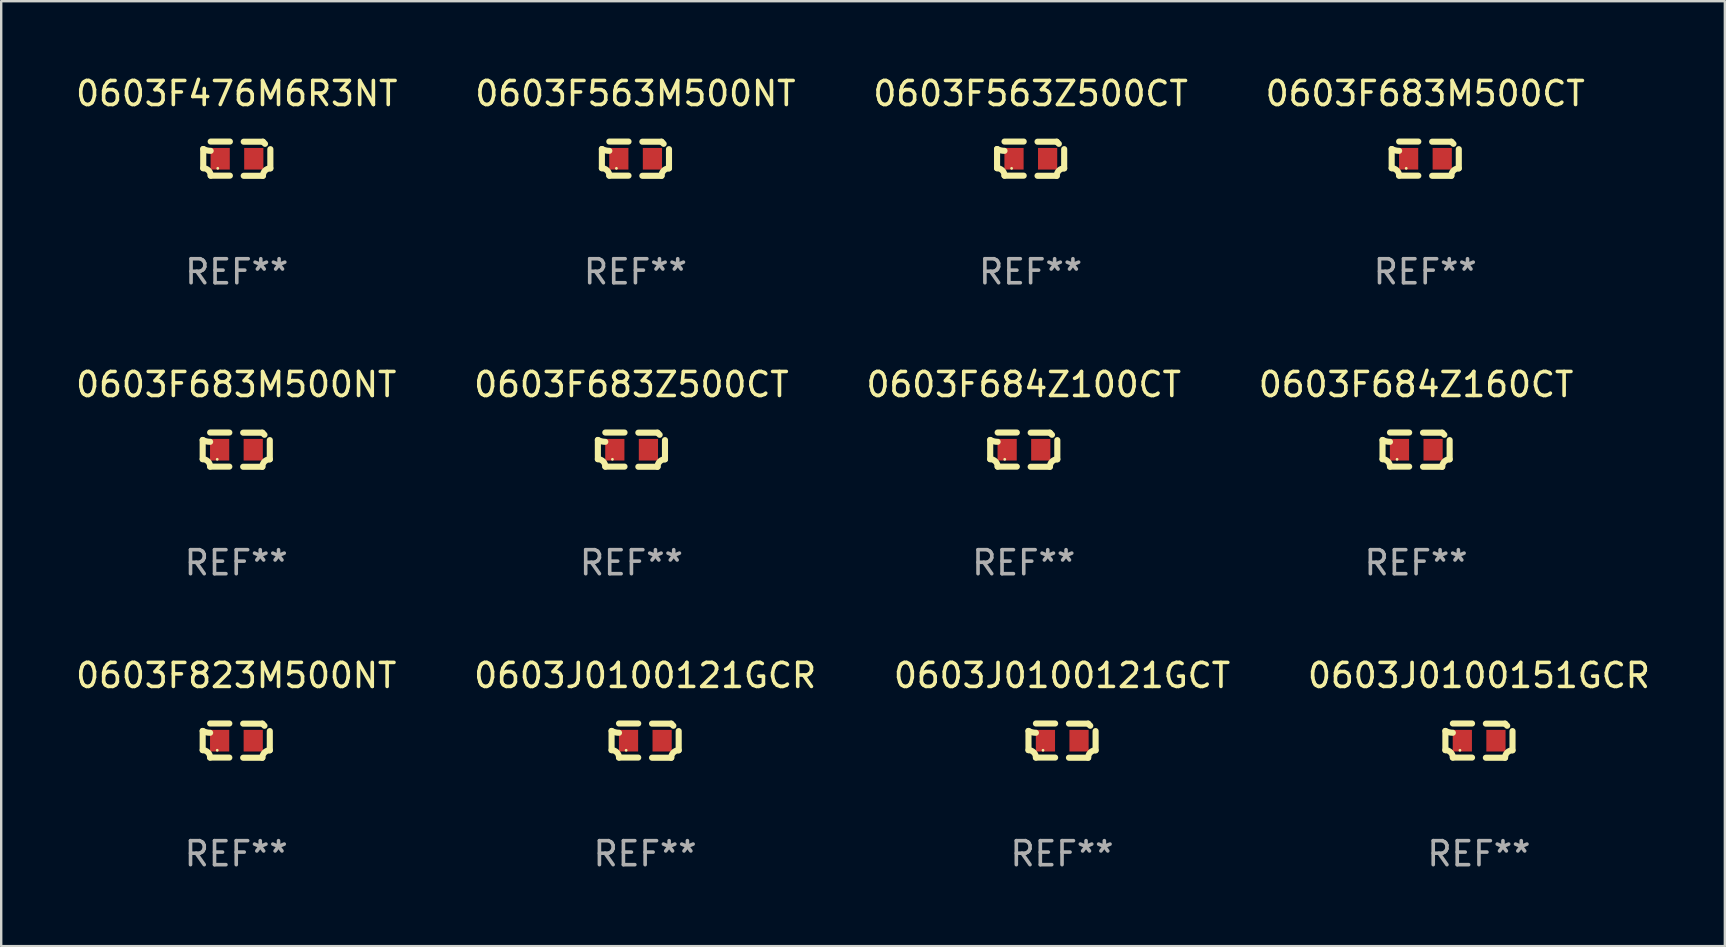
<source format=kicad_pcb>
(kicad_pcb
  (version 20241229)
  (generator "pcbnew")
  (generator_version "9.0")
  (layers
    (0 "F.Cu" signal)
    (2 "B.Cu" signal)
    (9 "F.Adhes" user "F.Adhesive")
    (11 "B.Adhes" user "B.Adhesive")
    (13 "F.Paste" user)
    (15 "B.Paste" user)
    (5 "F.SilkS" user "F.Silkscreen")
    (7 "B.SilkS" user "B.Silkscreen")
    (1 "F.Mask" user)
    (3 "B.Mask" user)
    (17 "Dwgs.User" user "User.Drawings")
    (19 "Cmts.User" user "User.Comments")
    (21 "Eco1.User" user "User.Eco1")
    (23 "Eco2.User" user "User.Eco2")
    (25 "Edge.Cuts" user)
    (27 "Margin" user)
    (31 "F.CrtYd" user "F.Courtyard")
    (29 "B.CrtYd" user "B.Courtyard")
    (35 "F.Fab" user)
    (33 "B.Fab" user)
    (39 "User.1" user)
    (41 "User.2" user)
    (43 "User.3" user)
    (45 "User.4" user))
  (footprint "0603F563Z500CT"
    (layer "F.Cu")
    (at 39.887 3.561)
    (property "Reference" "0603F563Z500CT" (at 0 -2.713 0) (layer "F.SilkS") (effects (font (size 1 1) (thickness 0.15))))
    (attr through_hole)
    (fp_line (start -1.398 -0.403) (end -1.398 0.397) (stroke (width 0.254) (type solid)) (layer "F.SilkS"))
    (fp_line (start -0.288 -0.713) (end -1.088 -0.713) (stroke (width 0.254) (type solid)) (layer "F.SilkS"))
    (fp_line (start -0.288 0.707) (end -1.088 0.707) (stroke (width 0.254) (type solid)) (layer "F.SilkS"))
    (fp_line (start 0.288 -0.707) (end 1.088 -0.707) (stroke (width 0.254) (type solid)) (layer "F.SilkS"))
    (fp_line (start 0.288 0.713) (end 1.088 0.713) (stroke (width 0.254) (type solid)) (layer "F.SilkS"))
    (fp_line (start 1.398 -0.397) (end 1.398 0.403) (stroke (width 0.254) (type solid)) (layer "F.SilkS"))
    (fp_arc (start -1.397789 0.397066) (mid -1.178701 0.487826) (end -1.08796 0.706922) (stroke (width 0.254001) (type solid)) (layer "F.SilkS"))
    (fp_arc (start -1.08796 -0.327176) (mid -1.247436 -0.346384) (end -1.39779 -0.402908) (stroke (width 0.254001) (type solid)) (layer "F.SilkS"))
    (fp_arc (start 1.087909 0.712738) (mid 1.178656 0.493655) (end 1.397739 0.402908) (stroke (width 0.254001) (type solid)) (layer "F.SilkS"))
    (fp_arc (start 1.175925 -0.618926) (mid 1.131917 -0.662923) (end 1.08791 -0.706922) (stroke (width 0.254001) (type solid)) (layer "F.SilkS"))
    (fp_circle (center -0.792 0.403) (end -0.762 0.403) (stroke (width 0.06) (type solid)) (fill no) (layer "F.SilkS"))
    (fp_text user "REF**" (at 0 4.713 0) (layer "F.Fab") (effects (font (size 1 1) (thickness 0.15))))
    (pad "1" smd rect (at -0.692 0.003) (size 0.8 0.9) (layers "F.Cu" "F.Mask" "F.Paste"))
    (pad "2" smd rect (at 0.708 0.003) (size 0.8 0.9) (layers "F.Cu" "F.Mask" "F.Paste")))
  (footprint "0603F684Z160CT"
    (layer "F.Cu")
    (at 55.946 15.683)
    (property "Reference" "0603F684Z160CT" (at 0 -2.713 0) (layer "F.SilkS") (effects (font (size 1 1) (thickness 0.15))))
    (attr through_hole)
    (fp_line (start -1.398 -0.403) (end -1.398 0.397) (stroke (width 0.254) (type solid)) (layer "F.SilkS"))
    (fp_line (start -0.288 -0.713) (end -1.088 -0.713) (stroke (width 0.254) (type solid)) (layer "F.SilkS"))
    (fp_line (start -0.288 0.707) (end -1.088 0.707) (stroke (width 0.254) (type solid)) (layer "F.SilkS"))
    (fp_line (start 0.288 -0.707) (end 1.088 -0.707) (stroke (width 0.254) (type solid)) (layer "F.SilkS"))
    (fp_line (start 0.288 0.713) (end 1.088 0.713) (stroke (width 0.254) (type solid)) (layer "F.SilkS"))
    (fp_line (start 1.398 -0.397) (end 1.398 0.403) (stroke (width 0.254) (type solid)) (layer "F.SilkS"))
    (fp_arc (start -1.397789 0.397066) (mid -1.178701 0.487826) (end -1.08796 0.706922) (stroke (width 0.254001) (type solid)) (layer "F.SilkS"))
    (fp_arc (start -1.08796 -0.327176) (mid -1.247436 -0.346384) (end -1.39779 -0.402908) (stroke (width 0.254001) (type solid)) (layer "F.SilkS"))
    (fp_arc (start 1.087909 0.712738) (mid 1.178656 0.493655) (end 1.397739 0.402908) (stroke (width 0.254001) (type solid)) (layer "F.SilkS"))
    (fp_arc (start 1.175925 -0.618926) (mid 1.131917 -0.662923) (end 1.08791 -0.706922) (stroke (width 0.254001) (type solid)) (layer "F.SilkS"))
    (fp_circle (center -0.792 0.403) (end -0.762 0.403) (stroke (width 0.06) (type solid)) (fill no) (layer "F.SilkS"))
    (fp_text user "REF**" (at 0 4.713 0) (layer "F.Fab") (effects (font (size 1 1) (thickness 0.15))))
    (pad "1" smd rect (at -0.692 0.003) (size 0.8 0.9) (layers "F.Cu" "F.Mask" "F.Paste"))
    (pad "2" smd rect (at 0.708 0.003) (size 0.8 0.9) (layers "F.Cu" "F.Mask" "F.Paste")))
  (footprint "0603F476M6R3NT"
    (layer "F.Cu")
    (at 6.815 3.561)
    (property "Reference" "0603F476M6R3NT" (at 0 -2.713 0) (layer "F.SilkS") (effects (font (size 1 1) (thickness 0.15))))
    (attr through_hole)
    (fp_line (start -1.398 -0.403) (end -1.398 0.397) (stroke (width 0.254) (type solid)) (layer "F.SilkS"))
    (fp_line (start -0.288 -0.713) (end -1.088 -0.713) (stroke (width 0.254) (type solid)) (layer "F.SilkS"))
    (fp_line (start -0.288 0.707) (end -1.088 0.707) (stroke (width 0.254) (type solid)) (layer "F.SilkS"))
    (fp_line (start 0.288 -0.707) (end 1.088 -0.707) (stroke (width 0.254) (type solid)) (layer "F.SilkS"))
    (fp_line (start 0.288 0.713) (end 1.088 0.713) (stroke (width 0.254) (type solid)) (layer "F.SilkS"))
    (fp_line (start 1.398 -0.397) (end 1.398 0.403) (stroke (width 0.254) (type solid)) (layer "F.SilkS"))
    (fp_arc (start -1.397789 0.397066) (mid -1.178701 0.487826) (end -1.08796 0.706922) (stroke (width 0.254001) (type solid)) (layer "F.SilkS"))
    (fp_arc (start -1.08796 -0.327176) (mid -1.247436 -0.346384) (end -1.39779 -0.402908) (stroke (width 0.254001) (type solid)) (layer "F.SilkS"))
    (fp_arc (start 1.087909 0.712738) (mid 1.178656 0.493655) (end 1.397739 0.402908) (stroke (width 0.254001) (type solid)) (layer "F.SilkS"))
    (fp_arc (start 1.175925 -0.618926) (mid 1.131917 -0.662923) (end 1.08791 -0.706922) (stroke (width 0.254001) (type solid)) (layer "F.SilkS"))
    (fp_circle (center -0.792 0.403) (end -0.762 0.403) (stroke (width 0.06) (type solid)) (fill no) (layer "F.SilkS"))
    (fp_text user "REF**" (at 0 4.713 0) (layer "F.Fab") (effects (font (size 1 1) (thickness 0.15))))
    (pad "1" smd rect (at -0.692 0.003) (size 0.8 0.9) (layers "F.Cu" "F.Mask" "F.Paste"))
    (pad "2" smd rect (at 0.708 0.003) (size 0.8 0.9) (layers "F.Cu" "F.Mask" "F.Paste")))
  (footprint "0603F683M500CT"
    (layer "F.Cu")
    (at 56.327 3.561)
    (property "Reference" "0603F683M500CT" (at 0 -2.713 0) (layer "F.SilkS") (effects (font (size 1 1) (thickness 0.15))))
    (attr through_hole)
    (fp_line (start -1.398 -0.403) (end -1.398 0.397) (stroke (width 0.254) (type solid)) (layer "F.SilkS"))
    (fp_line (start -0.288 -0.713) (end -1.088 -0.713) (stroke (width 0.254) (type solid)) (layer "F.SilkS"))
    (fp_line (start -0.288 0.707) (end -1.088 0.707) (stroke (width 0.254) (type solid)) (layer "F.SilkS"))
    (fp_line (start 0.288 -0.707) (end 1.088 -0.707) (stroke (width 0.254) (type solid)) (layer "F.SilkS"))
    (fp_line (start 0.288 0.713) (end 1.088 0.713) (stroke (width 0.254) (type solid)) (layer "F.SilkS"))
    (fp_line (start 1.398 -0.397) (end 1.398 0.403) (stroke (width 0.254) (type solid)) (layer "F.SilkS"))
    (fp_arc (start -1.397789 0.397066) (mid -1.178701 0.487826) (end -1.08796 0.706922) (stroke (width 0.254001) (type solid)) (layer "F.SilkS"))
    (fp_arc (start -1.08796 -0.327176) (mid -1.247436 -0.346384) (end -1.39779 -0.402908) (stroke (width 0.254001) (type solid)) (layer "F.SilkS"))
    (fp_arc (start 1.087909 0.712738) (mid 1.178656 0.493655) (end 1.397739 0.402908) (stroke (width 0.254001) (type solid)) (layer "F.SilkS"))
    (fp_arc (start 1.175925 -0.618926) (mid 1.131917 -0.662923) (end 1.08791 -0.706922) (stroke (width 0.254001) (type solid)) (layer "F.SilkS"))
    (fp_circle (center -0.792 0.403) (end -0.762 0.403) (stroke (width 0.06) (type solid)) (fill no) (layer "F.SilkS"))
    (fp_text user "REF**" (at 0 4.713 0) (layer "F.Fab") (effects (font (size 1 1) (thickness 0.15))))
    (pad "1" smd rect (at -0.692 0.003) (size 0.8 0.9) (layers "F.Cu" "F.Mask" "F.Paste"))
    (pad "2" smd rect (at 0.708 0.003) (size 0.8 0.9) (layers "F.Cu" "F.Mask" "F.Paste")))
  (footprint "0603F563M500NT"
    (layer "F.Cu")
    (at 23.423 3.561)
    (property "Reference" "0603F563M500NT" (at 0 -2.713 0) (layer "F.SilkS") (effects (font (size 1 1) (thickness 0.15))))
    (attr through_hole)
    (fp_line (start -1.398 -0.403) (end -1.398 0.397) (stroke (width 0.254) (type solid)) (layer "F.SilkS"))
    (fp_line (start -0.288 -0.713) (end -1.088 -0.713) (stroke (width 0.254) (type solid)) (layer "F.SilkS"))
    (fp_line (start -0.288 0.707) (end -1.088 0.707) (stroke (width 0.254) (type solid)) (layer "F.SilkS"))
    (fp_line (start 0.288 -0.707) (end 1.088 -0.707) (stroke (width 0.254) (type solid)) (layer "F.SilkS"))
    (fp_line (start 0.288 0.713) (end 1.088 0.713) (stroke (width 0.254) (type solid)) (layer "F.SilkS"))
    (fp_line (start 1.398 -0.397) (end 1.398 0.403) (stroke (width 0.254) (type solid)) (layer "F.SilkS"))
    (fp_arc (start -1.397789 0.397066) (mid -1.178701 0.487826) (end -1.08796 0.706922) (stroke (width 0.254001) (type solid)) (layer "F.SilkS"))
    (fp_arc (start -1.08796 -0.327176) (mid -1.247436 -0.346384) (end -1.39779 -0.402908) (stroke (width 0.254001) (type solid)) (layer "F.SilkS"))
    (fp_arc (start 1.087909 0.712738) (mid 1.178656 0.493655) (end 1.397739 0.402908) (stroke (width 0.254001) (type solid)) (layer "F.SilkS"))
    (fp_arc (start 1.175925 -0.618926) (mid 1.131917 -0.662923) (end 1.08791 -0.706922) (stroke (width 0.254001) (type solid)) (layer "F.SilkS"))
    (fp_circle (center -0.792 0.403) (end -0.762 0.403) (stroke (width 0.06) (type solid)) (fill no) (layer "F.SilkS"))
    (fp_text user "REF**" (at 0 4.713 0) (layer "F.Fab") (effects (font (size 1 1) (thickness 0.15))))
    (pad "1" smd rect (at -0.692 0.003) (size 0.8 0.9) (layers "F.Cu" "F.Mask" "F.Paste"))
    (pad "2" smd rect (at 0.708 0.003) (size 0.8 0.9) (layers "F.Cu" "F.Mask" "F.Paste")))
  (footprint "0603J0100121GCT"
    (layer "F.Cu")
    (at 41.196 27.805)
    (property "Reference" "0603J0100121GCT" (at 0 -2.713 0) (layer "F.SilkS") (effects (font (size 1 1) (thickness 0.15))))
    (attr through_hole)
    (fp_line (start -1.398 -0.403) (end -1.398 0.397) (stroke (width 0.254) (type solid)) (layer "F.SilkS"))
    (fp_line (start -0.288 -0.713) (end -1.088 -0.713) (stroke (width 0.254) (type solid)) (layer "F.SilkS"))
    (fp_line (start -0.288 0.707) (end -1.088 0.707) (stroke (width 0.254) (type solid)) (layer "F.SilkS"))
    (fp_line (start 0.288 -0.707) (end 1.088 -0.707) (stroke (width 0.254) (type solid)) (layer "F.SilkS"))
    (fp_line (start 0.288 0.713) (end 1.088 0.713) (stroke (width 0.254) (type solid)) (layer "F.SilkS"))
    (fp_line (start 1.398 -0.397) (end 1.398 0.403) (stroke (width 0.254) (type solid)) (layer "F.SilkS"))
    (fp_arc (start -1.397789 0.397066) (mid -1.178701 0.487826) (end -1.08796 0.706922) (stroke (width 0.254001) (type solid)) (layer "F.SilkS"))
    (fp_arc (start -1.08796 -0.327176) (mid -1.247436 -0.346384) (end -1.39779 -0.402908) (stroke (width 0.254001) (type solid)) (layer "F.SilkS"))
    (fp_arc (start 1.087909 0.712738) (mid 1.178656 0.493655) (end 1.397739 0.402908) (stroke (width 0.254001) (type solid)) (layer "F.SilkS"))
    (fp_arc (start 1.175925 -0.618926) (mid 1.131917 -0.662923) (end 1.08791 -0.706922) (stroke (width 0.254001) (type solid)) (layer "F.SilkS"))
    (fp_circle (center -0.792 0.403) (end -0.762 0.403) (stroke (width 0.06) (type solid)) (fill no) (layer "F.SilkS"))
    (fp_text user "REF**" (at 0 4.713 0) (layer "F.Fab") (effects (font (size 1 1) (thickness 0.15))))
    (pad "1" smd rect (at -0.692 0.003) (size 0.8 0.9) (layers "F.Cu" "F.Mask" "F.Paste"))
    (pad "2" smd rect (at 0.708 0.003) (size 0.8 0.9) (layers "F.Cu" "F.Mask" "F.Paste")))
  (footprint "0603F683M500NT"
    (layer "F.Cu")
    (at 6.792 15.683)
    (property "Reference" "0603F683M500NT" (at 0 -2.713 0) (layer "F.SilkS") (effects (font (size 1 1) (thickness 0.15))))
    (attr through_hole)
    (fp_line (start -1.398 -0.403) (end -1.398 0.397) (stroke (width 0.254) (type solid)) (layer "F.SilkS"))
    (fp_line (start -0.288 -0.713) (end -1.088 -0.713) (stroke (width 0.254) (type solid)) (layer "F.SilkS"))
    (fp_line (start -0.288 0.707) (end -1.088 0.707) (stroke (width 0.254) (type solid)) (layer "F.SilkS"))
    (fp_line (start 0.288 -0.707) (end 1.088 -0.707) (stroke (width 0.254) (type solid)) (layer "F.SilkS"))
    (fp_line (start 0.288 0.713) (end 1.088 0.713) (stroke (width 0.254) (type solid)) (layer "F.SilkS"))
    (fp_line (start 1.398 -0.397) (end 1.398 0.403) (stroke (width 0.254) (type solid)) (layer "F.SilkS"))
    (fp_arc (start -1.397789 0.397066) (mid -1.178701 0.487826) (end -1.08796 0.706922) (stroke (width 0.254001) (type solid)) (layer "F.SilkS"))
    (fp_arc (start -1.08796 -0.327176) (mid -1.247436 -0.346384) (end -1.39779 -0.402908) (stroke (width 0.254001) (type solid)) (layer "F.SilkS"))
    (fp_arc (start 1.087909 0.712738) (mid 1.178656 0.493655) (end 1.397739 0.402908) (stroke (width 0.254001) (type solid)) (layer "F.SilkS"))
    (fp_arc (start 1.175925 -0.618926) (mid 1.131917 -0.662923) (end 1.08791 -0.706922) (stroke (width 0.254001) (type solid)) (layer "F.SilkS"))
    (fp_circle (center -0.792 0.403) (end -0.762 0.403) (stroke (width 0.06) (type solid)) (fill no) (layer "F.SilkS"))
    (fp_text user "REF**" (at 0 4.713 0) (layer "F.Fab") (effects (font (size 1 1) (thickness 0.15))))
    (pad "1" smd rect (at -0.692 0.003) (size 0.8 0.9) (layers "F.Cu" "F.Mask" "F.Paste"))
    (pad "2" smd rect (at 0.708 0.003) (size 0.8 0.9) (layers "F.Cu" "F.Mask" "F.Paste")))
  (footprint "0603J0100151GCR"
    (layer "F.Cu")
    (at 58.565 27.805)
    (property "Reference" "0603J0100151GCR" (at 0 -2.713 0) (layer "F.SilkS") (effects (font (size 1 1) (thickness 0.15))))
    (attr through_hole)
    (fp_line (start -1.398 -0.403) (end -1.398 0.397) (stroke (width 0.254) (type solid)) (layer "F.SilkS"))
    (fp_line (start -0.288 -0.713) (end -1.088 -0.713) (stroke (width 0.254) (type solid)) (layer "F.SilkS"))
    (fp_line (start -0.288 0.707) (end -1.088 0.707) (stroke (width 0.254) (type solid)) (layer "F.SilkS"))
    (fp_line (start 0.288 -0.707) (end 1.088 -0.707) (stroke (width 0.254) (type solid)) (layer "F.SilkS"))
    (fp_line (start 0.288 0.713) (end 1.088 0.713) (stroke (width 0.254) (type solid)) (layer "F.SilkS"))
    (fp_line (start 1.398 -0.397) (end 1.398 0.403) (stroke (width 0.254) (type solid)) (layer "F.SilkS"))
    (fp_arc (start -1.397789 0.397066) (mid -1.178701 0.487826) (end -1.08796 0.706922) (stroke (width 0.254001) (type solid)) (layer "F.SilkS"))
    (fp_arc (start -1.08796 -0.327176) (mid -1.247436 -0.346384) (end -1.39779 -0.402908) (stroke (width 0.254001) (type solid)) (layer "F.SilkS"))
    (fp_arc (start 1.087909 0.712738) (mid 1.178656 0.493655) (end 1.397739 0.402908) (stroke (width 0.254001) (type solid)) (layer "F.SilkS"))
    (fp_arc (start 1.175925 -0.618926) (mid 1.131917 -0.662923) (end 1.08791 -0.706922) (stroke (width 0.254001) (type solid)) (layer "F.SilkS"))
    (fp_circle (center -0.792 0.403) (end -0.762 0.403) (stroke (width 0.06) (type solid)) (fill no) (layer "F.SilkS"))
    (fp_text user "REF**" (at 0 4.713 0) (layer "F.Fab") (effects (font (size 1 1) (thickness 0.15))))
    (pad "1" smd rect (at -0.692 0.003) (size 0.8 0.9) (layers "F.Cu" "F.Mask" "F.Paste"))
    (pad "2" smd rect (at 0.708 0.003) (size 0.8 0.9) (layers "F.Cu" "F.Mask" "F.Paste")))
  (footprint "0603J0100121GCR"
    (layer "F.Cu")
    (at 23.827 27.805)
    (property "Reference" "0603J0100121GCR" (at 0 -2.713 0) (layer "F.SilkS") (effects (font (size 1 1) (thickness 0.15))))
    (attr through_hole)
    (fp_line (start -1.398 -0.403) (end -1.398 0.397) (stroke (width 0.254) (type solid)) (layer "F.SilkS"))
    (fp_line (start -0.288 -0.713) (end -1.088 -0.713) (stroke (width 0.254) (type solid)) (layer "F.SilkS"))
    (fp_line (start -0.288 0.707) (end -1.088 0.707) (stroke (width 0.254) (type solid)) (layer "F.SilkS"))
    (fp_line (start 0.288 -0.707) (end 1.088 -0.707) (stroke (width 0.254) (type solid)) (layer "F.SilkS"))
    (fp_line (start 0.288 0.713) (end 1.088 0.713) (stroke (width 0.254) (type solid)) (layer "F.SilkS"))
    (fp_line (start 1.398 -0.397) (end 1.398 0.403) (stroke (width 0.254) (type solid)) (layer "F.SilkS"))
    (fp_arc (start -1.397789 0.397066) (mid -1.178701 0.487826) (end -1.08796 0.706922) (stroke (width 0.254001) (type solid)) (layer "F.SilkS"))
    (fp_arc (start -1.08796 -0.327176) (mid -1.247436 -0.346384) (end -1.39779 -0.402908) (stroke (width 0.254001) (type solid)) (layer "F.SilkS"))
    (fp_arc (start 1.087909 0.712738) (mid 1.178656 0.493655) (end 1.397739 0.402908) (stroke (width 0.254001) (type solid)) (layer "F.SilkS"))
    (fp_arc (start 1.175925 -0.618926) (mid 1.131917 -0.662923) (end 1.08791 -0.706922) (stroke (width 0.254001) (type solid)) (layer "F.SilkS"))
    (fp_circle (center -0.792 0.403) (end -0.762 0.403) (stroke (width 0.06) (type solid)) (fill no) (layer "F.SilkS"))
    (fp_text user "REF**" (at 0 4.713 0) (layer "F.Fab") (effects (font (size 1 1) (thickness 0.15))))
    (pad "1" smd rect (at -0.692 0.003) (size 0.8 0.9) (layers "F.Cu" "F.Mask" "F.Paste"))
    (pad "2" smd rect (at 0.708 0.003) (size 0.8 0.9) (layers "F.Cu" "F.Mask" "F.Paste")))
  (footprint "0603F684Z100CT"
    (layer "F.Cu")
    (at 39.601 15.683)
    (property "Reference" "0603F684Z100CT" (at 0 -2.713 0) (layer "F.SilkS") (effects (font (size 1 1) (thickness 0.15))))
    (attr through_hole)
    (fp_line (start -1.398 -0.403) (end -1.398 0.397) (stroke (width 0.254) (type solid)) (layer "F.SilkS"))
    (fp_line (start -0.288 -0.713) (end -1.088 -0.713) (stroke (width 0.254) (type solid)) (layer "F.SilkS"))
    (fp_line (start -0.288 0.707) (end -1.088 0.707) (stroke (width 0.254) (type solid)) (layer "F.SilkS"))
    (fp_line (start 0.288 -0.707) (end 1.088 -0.707) (stroke (width 0.254) (type solid)) (layer "F.SilkS"))
    (fp_line (start 0.288 0.713) (end 1.088 0.713) (stroke (width 0.254) (type solid)) (layer "F.SilkS"))
    (fp_line (start 1.398 -0.397) (end 1.398 0.403) (stroke (width 0.254) (type solid)) (layer "F.SilkS"))
    (fp_arc (start -1.397789 0.397066) (mid -1.178701 0.487826) (end -1.08796 0.706922) (stroke (width 0.254001) (type solid)) (layer "F.SilkS"))
    (fp_arc (start -1.08796 -0.327176) (mid -1.247436 -0.346384) (end -1.39779 -0.402908) (stroke (width 0.254001) (type solid)) (layer "F.SilkS"))
    (fp_arc (start 1.087909 0.712738) (mid 1.178656 0.493655) (end 1.397739 0.402908) (stroke (width 0.254001) (type solid)) (layer "F.SilkS"))
    (fp_arc (start 1.175925 -0.618926) (mid 1.131917 -0.662923) (end 1.08791 -0.706922) (stroke (width 0.254001) (type solid)) (layer "F.SilkS"))
    (fp_circle (center -0.792 0.403) (end -0.762 0.403) (stroke (width 0.06) (type solid)) (fill no) (layer "F.SilkS"))
    (fp_text user "REF**" (at 0 4.713 0) (layer "F.Fab") (effects (font (size 1 1) (thickness 0.15))))
    (pad "1" smd rect (at -0.692 0.003) (size 0.8 0.9) (layers "F.Cu" "F.Mask" "F.Paste"))
    (pad "2" smd rect (at 0.708 0.003) (size 0.8 0.9) (layers "F.Cu" "F.Mask" "F.Paste")))
  (footprint "0603F683Z500CT"
    (layer "F.Cu")
    (at 23.256 15.683)
    (property "Reference" "0603F683Z500CT" (at 0 -2.713 0) (layer "F.SilkS") (effects (font (size 1 1) (thickness 0.15))))
    (attr through_hole)
    (fp_line (start -1.398 -0.403) (end -1.398 0.397) (stroke (width 0.254) (type solid)) (layer "F.SilkS"))
    (fp_line (start -0.288 -0.713) (end -1.088 -0.713) (stroke (width 0.254) (type solid)) (layer "F.SilkS"))
    (fp_line (start -0.288 0.707) (end -1.088 0.707) (stroke (width 0.254) (type solid)) (layer "F.SilkS"))
    (fp_line (start 0.288 -0.707) (end 1.088 -0.707) (stroke (width 0.254) (type solid)) (layer "F.SilkS"))
    (fp_line (start 0.288 0.713) (end 1.088 0.713) (stroke (width 0.254) (type solid)) (layer "F.SilkS"))
    (fp_line (start 1.398 -0.397) (end 1.398 0.403) (stroke (width 0.254) (type solid)) (layer "F.SilkS"))
    (fp_arc (start -1.397789 0.397066) (mid -1.178701 0.487826) (end -1.08796 0.706922) (stroke (width 0.254001) (type solid)) (layer "F.SilkS"))
    (fp_arc (start -1.08796 -0.327176) (mid -1.247436 -0.346384) (end -1.39779 -0.402908) (stroke (width 0.254001) (type solid)) (layer "F.SilkS"))
    (fp_arc (start 1.087909 0.712738) (mid 1.178656 0.493655) (end 1.397739 0.402908) (stroke (width 0.254001) (type solid)) (layer "F.SilkS"))
    (fp_arc (start 1.175925 -0.618926) (mid 1.131917 -0.662923) (end 1.08791 -0.706922) (stroke (width 0.254001) (type solid)) (layer "F.SilkS"))
    (fp_circle (center -0.792 0.403) (end -0.762 0.403) (stroke (width 0.06) (type solid)) (fill no) (layer "F.SilkS"))
    (fp_text user "REF**" (at 0 4.713 0) (layer "F.Fab") (effects (font (size 1 1) (thickness 0.15))))
    (pad "1" smd rect (at -0.692 0.003) (size 0.8 0.9) (layers "F.Cu" "F.Mask" "F.Paste"))
    (pad "2" smd rect (at 0.708 0.003) (size 0.8 0.9) (layers "F.Cu" "F.Mask" "F.Paste")))
  (footprint "0603F823M500NT"
    (layer "F.Cu")
    (at 6.792 27.805)
    (property "Reference" "0603F823M500NT" (at 0 -2.713 0) (layer "F.SilkS") (effects (font (size 1 1) (thickness 0.15))))
    (attr through_hole)
    (fp_line (start -1.398 -0.403) (end -1.398 0.397) (stroke (width 0.254) (type solid)) (layer "F.SilkS"))
    (fp_line (start -0.288 -0.713) (end -1.088 -0.713) (stroke (width 0.254) (type solid)) (layer "F.SilkS"))
    (fp_line (start -0.288 0.707) (end -1.088 0.707) (stroke (width 0.254) (type solid)) (layer "F.SilkS"))
    (fp_line (start 0.288 -0.707) (end 1.088 -0.707) (stroke (width 0.254) (type solid)) (layer "F.SilkS"))
    (fp_line (start 0.288 0.713) (end 1.088 0.713) (stroke (width 0.254) (type solid)) (layer "F.SilkS"))
    (fp_line (start 1.398 -0.397) (end 1.398 0.403) (stroke (width 0.254) (type solid)) (layer "F.SilkS"))
    (fp_arc (start -1.397789 0.397066) (mid -1.178701 0.487826) (end -1.08796 0.706922) (stroke (width 0.254001) (type solid)) (layer "F.SilkS"))
    (fp_arc (start -1.08796 -0.327176) (mid -1.247436 -0.346384) (end -1.39779 -0.402908) (stroke (width 0.254001) (type solid)) (layer "F.SilkS"))
    (fp_arc (start 1.087909 0.712738) (mid 1.178656 0.493655) (end 1.397739 0.402908) (stroke (width 0.254001) (type solid)) (layer "F.SilkS"))
    (fp_arc (start 1.175925 -0.618926) (mid 1.131917 -0.662923) (end 1.08791 -0.706922) (stroke (width 0.254001) (type solid)) (layer "F.SilkS"))
    (fp_circle (center -0.792 0.403) (end -0.762 0.403) (stroke (width 0.06) (type solid)) (fill no) (layer "F.SilkS"))
    (fp_text user "REF**" (at 0 4.713 0) (layer "F.Fab") (effects (font (size 1 1) (thickness 0.15))))
    (pad "1" smd rect (at -0.692 0.003) (size 0.8 0.9) (layers "F.Cu" "F.Mask" "F.Paste"))
    (pad "2" smd rect (at 0.708 0.003) (size 0.8 0.9) (layers "F.Cu" "F.Mask" "F.Paste")))
  (gr_rect
    (start -3 -3)
    (end 68.81 36.366)
    (stroke (width 0.1) (type default))
    (fill no)
    (layer "Edge.Cuts")))
</source>
